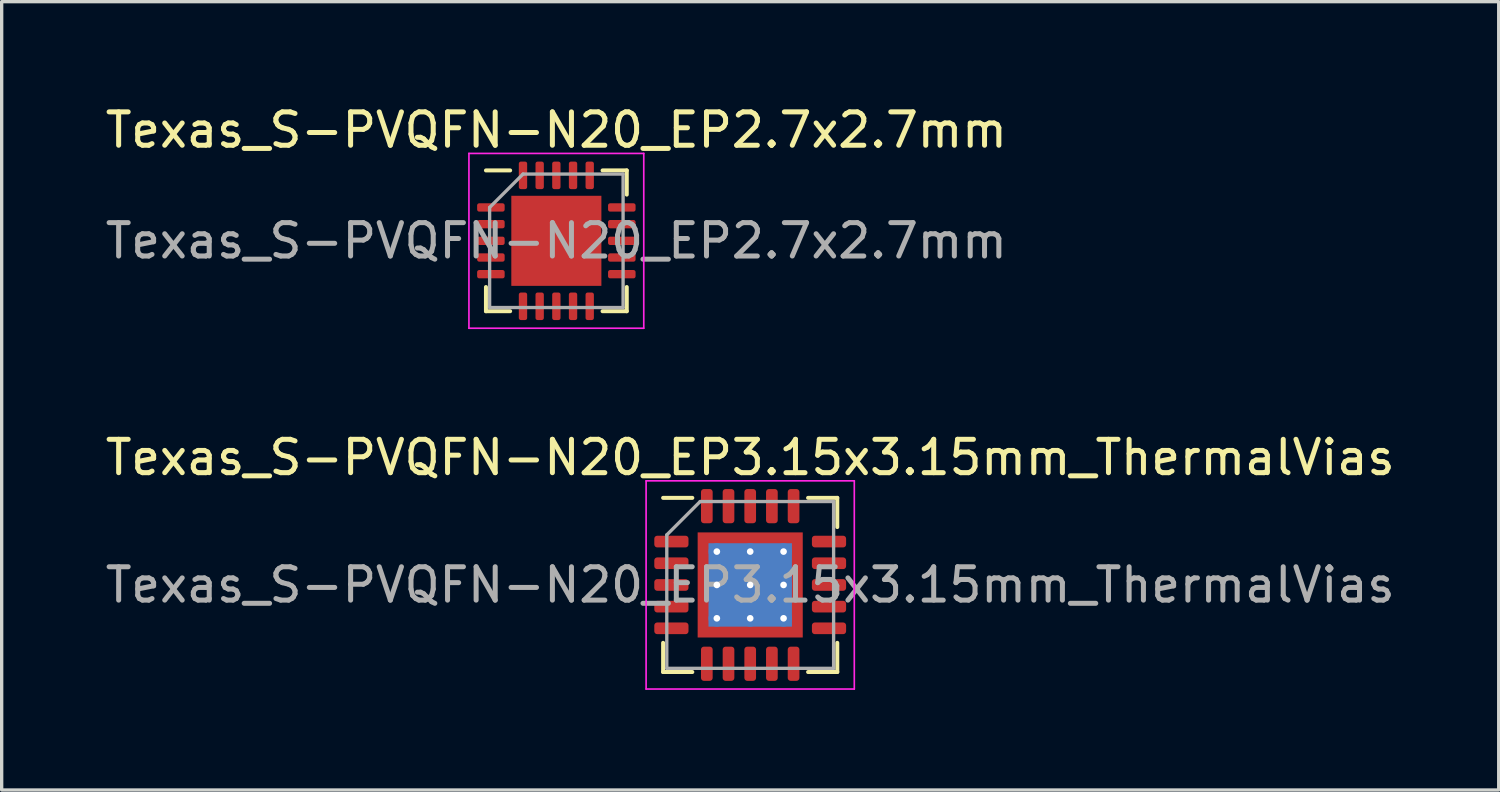
<source format=kicad_pcb>
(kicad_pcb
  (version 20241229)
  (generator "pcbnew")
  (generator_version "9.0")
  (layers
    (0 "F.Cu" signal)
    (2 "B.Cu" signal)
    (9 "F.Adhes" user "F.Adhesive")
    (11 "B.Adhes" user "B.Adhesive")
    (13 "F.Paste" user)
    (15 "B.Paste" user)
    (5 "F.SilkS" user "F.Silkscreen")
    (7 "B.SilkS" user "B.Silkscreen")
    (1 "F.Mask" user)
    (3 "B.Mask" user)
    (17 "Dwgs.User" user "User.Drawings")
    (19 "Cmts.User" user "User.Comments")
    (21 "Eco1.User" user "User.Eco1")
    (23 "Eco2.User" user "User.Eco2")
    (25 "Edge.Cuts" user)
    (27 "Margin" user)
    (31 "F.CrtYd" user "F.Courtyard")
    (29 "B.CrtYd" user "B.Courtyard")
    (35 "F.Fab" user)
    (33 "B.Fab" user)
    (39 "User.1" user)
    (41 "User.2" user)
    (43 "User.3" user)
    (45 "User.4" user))
  (footprint "Texas_S-PVQFN-N20_EP3.15x3.15mm_ThermalVias"
    (layer "F.Cu")
    (at 19.435 14.482)
    (property "Reference" "Texas_S-PVQFN-N20_EP3.15x3.15mm_ThermalVias" (at 0 -3.82 0) (layer "F.SilkS") (effects (font (size 1 1) (thickness 0.15))))
    (attr smd)
    (fp_line (start -2.61 2.61) (end -2.61 1.735) (stroke (width 0.12) (type solid)) (layer "F.SilkS"))
    (fp_line (start -1.735 -2.61) (end -2.61 -2.61) (stroke (width 0.12) (type solid)) (layer "F.SilkS"))
    (fp_line (start -1.735 2.61) (end -2.61 2.61) (stroke (width 0.12) (type solid)) (layer "F.SilkS"))
    (fp_line (start 1.735 -2.61) (end 2.61 -2.61) (stroke (width 0.12) (type solid)) (layer "F.SilkS"))
    (fp_line (start 1.735 2.61) (end 2.61 2.61) (stroke (width 0.12) (type solid)) (layer "F.SilkS"))
    (fp_line (start 2.61 -2.61) (end 2.61 -1.735) (stroke (width 0.12) (type solid)) (layer "F.SilkS"))
    (fp_line (start 2.61 2.61) (end 2.61 1.735) (stroke (width 0.12) (type solid)) (layer "F.SilkS"))
    (fp_line (start -3.12 -3.12) (end -3.12 3.12) (stroke (width 0.05) (type solid)) (layer "F.CrtYd"))
    (fp_line (start -3.12 3.12) (end 3.12 3.12) (stroke (width 0.05) (type solid)) (layer "F.CrtYd"))
    (fp_line (start 3.12 -3.12) (end -3.12 -3.12) (stroke (width 0.05) (type solid)) (layer "F.CrtYd"))
    (fp_line (start 3.12 3.12) (end 3.12 -3.12) (stroke (width 0.05) (type solid)) (layer "F.CrtYd"))
    (fp_line (start -2.5 -1.5) (end -1.5 -2.5) (stroke (width 0.1) (type solid)) (layer "F.Fab"))
    (fp_line (start -2.5 2.5) (end -2.5 -1.5) (stroke (width 0.1) (type solid)) (layer "F.Fab"))
    (fp_line (start -1.5 -2.5) (end 2.5 -2.5) (stroke (width 0.1) (type solid)) (layer "F.Fab"))
    (fp_line (start 2.5 -2.5) (end 2.5 2.5) (stroke (width 0.1) (type solid)) (layer "F.Fab"))
    (fp_line (start 2.5 2.5) (end -2.5 2.5) (stroke (width 0.1) (type solid)) (layer "F.Fab"))
    (fp_text user "${REFERENCE}" (at 0 0 0) (layer "F.Fab") (effects (font (size 1 1) (thickness 0.15))))
    (pad "" smd custom (at -1.288 -1.288) (size 0.342 0.342) (layers "F.Paste") (options (anchor circle)) (primitives (gr_poly (pts (xy -0.116 -0.116) (xy 0.116 -0.116) (xy 0.116 0.012) (xy 0.012 0.116) (xy -0.116 0.116)) (width 0.232) (fill yes))))
    (pad "" smd custom (at -1.288 -0.5) (size 0.371 0.371) (layers "F.Paste") (options (anchor circle)) (primitives (gr_poly (pts (xy -0.14 -0.311) (xy 0.063 -0.311) (xy 0.14 -0.235) (xy 0.14 0.235) (xy 0.063 0.311) (xy -0.14 0.311)) (width 0.184) (fill yes))))
    (pad "" smd custom (at -1.288 0.5) (size 0.371 0.371) (layers "F.Paste") (options (anchor circle)) (primitives (gr_poly (pts (xy -0.14 -0.311) (xy 0.063 -0.311) (xy 0.14 -0.235) (xy 0.14 0.235) (xy 0.063 0.311) (xy -0.14 0.311)) (width 0.184) (fill yes))))
    (pad "" smd custom (at -1.288 1.288) (size 0.342 0.342) (layers "F.Paste") (options (anchor circle)) (primitives (gr_poly (pts (xy -0.116 -0.116) (xy 0.012 -0.116) (xy 0.116 -0.012) (xy 0.116 0.116) (xy -0.116 0.116)) (width 0.232) (fill yes))))
    (pad "" smd custom (at -0.5 -1.288) (size 0.371 0.371) (layers "F.Paste") (options (anchor circle)) (primitives (gr_poly (pts (xy -0.311 -0.14) (xy 0.311 -0.14) (xy 0.311 0.063) (xy 0.235 0.14) (xy -0.235 0.14) (xy -0.311 0.063)) (width 0.184) (fill yes))))
    (pad "" smd roundrect (at -0.5 -0.5) (size 0.806 0.806) (layers "F.Paste") (roundrect_rratio 0.25))
    (pad "" smd roundrect (at -0.5 0.5) (size 0.806 0.806) (layers "F.Paste") (roundrect_rratio 0.25))
    (pad "" smd custom (at -0.5 1.288) (size 0.371 0.371) (layers "F.Paste") (options (anchor circle)) (primitives (gr_poly (pts (xy -0.311 -0.063) (xy -0.235 -0.14) (xy 0.235 -0.14) (xy 0.311 -0.063) (xy 0.311 0.14) (xy -0.311 0.14)) (width 0.184) (fill yes))))
    (pad "" smd custom (at 0.5 -1.288) (size 0.371 0.371) (layers "F.Paste") (options (anchor circle)) (primitives (gr_poly (pts (xy -0.311 -0.14) (xy 0.311 -0.14) (xy 0.311 0.063) (xy 0.235 0.14) (xy -0.235 0.14) (xy -0.311 0.063)) (width 0.184) (fill yes))))
    (pad "" smd roundrect (at 0.5 -0.5) (size 0.806 0.806) (layers "F.Paste") (roundrect_rratio 0.25))
    (pad "" smd roundrect (at 0.5 0.5) (size 0.806 0.806) (layers "F.Paste") (roundrect_rratio 0.25))
    (pad "" smd custom (at 0.5 1.288) (size 0.371 0.371) (layers "F.Paste") (options (anchor circle)) (primitives (gr_poly (pts (xy -0.311 -0.063) (xy -0.235 -0.14) (xy 0.235 -0.14) (xy 0.311 -0.063) (xy 0.311 0.14) (xy -0.311 0.14)) (width 0.184) (fill yes))))
    (pad "" smd custom (at 1.288 -1.288) (size 0.342 0.342) (layers "F.Paste") (options (anchor circle)) (primitives (gr_poly (pts (xy -0.116 -0.116) (xy 0.116 -0.116) (xy 0.116 0.116) (xy -0.012 0.116) (xy -0.116 0.012)) (width 0.232) (fill yes))))
    (pad "" smd custom (at 1.288 -0.5) (size 0.371 0.371) (layers "F.Paste") (options (anchor circle)) (primitives (gr_poly (pts (xy -0.14 -0.235) (xy -0.063 -0.311) (xy 0.14 -0.311) (xy 0.14 0.311) (xy -0.063 0.311) (xy -0.14 0.235)) (width 0.184) (fill yes))))
    (pad "" smd custom (at 1.288 0.5) (size 0.371 0.371) (layers "F.Paste") (options (anchor circle)) (primitives (gr_poly (pts (xy -0.14 -0.235) (xy -0.063 -0.311) (xy 0.14 -0.311) (xy 0.14 0.311) (xy -0.063 0.311) (xy -0.14 0.235)) (width 0.184) (fill yes))))
    (pad "" smd custom (at 1.288 1.288) (size 0.342 0.342) (layers "F.Paste") (options (anchor circle)) (primitives (gr_poly (pts (xy -0.116 -0.012) (xy -0.012 -0.116) (xy 0.116 -0.116) (xy 0.116 0.116) (xy -0.116 0.116)) (width 0.232) (fill yes))))
    (pad "1" smd roundrect (at -2.362 -1.3) (size 1.025 0.35) (layers "F.Cu" "F.Mask" "F.Paste") (roundrect_rratio 0.25))
    (pad "2" smd roundrect (at -2.362 -0.65) (size 1.025 0.35) (layers "F.Cu" "F.Mask" "F.Paste") (roundrect_rratio 0.25))
    (pad "3" smd roundrect (at -2.362 0) (size 1.025 0.35) (layers "F.Cu" "F.Mask" "F.Paste") (roundrect_rratio 0.25))
    (pad "4" smd roundrect (at -2.362 0.65) (size 1.025 0.35) (layers "F.Cu" "F.Mask" "F.Paste") (roundrect_rratio 0.25))
    (pad "5" smd roundrect (at -2.362 1.3) (size 1.025 0.35) (layers "F.Cu" "F.Mask" "F.Paste") (roundrect_rratio 0.25))
    (pad "6" smd roundrect (at -1.3 2.362) (size 0.35 1.025) (layers "F.Cu" "F.Mask" "F.Paste") (roundrect_rratio 0.25))
    (pad "7" smd roundrect (at -0.65 2.362) (size 0.35 1.025) (layers "F.Cu" "F.Mask" "F.Paste") (roundrect_rratio 0.25))
    (pad "8" smd roundrect (at 0 2.362) (size 0.35 1.025) (layers "F.Cu" "F.Mask" "F.Paste") (roundrect_rratio 0.25))
    (pad "9" smd roundrect (at 0.65 2.362) (size 0.35 1.025) (layers "F.Cu" "F.Mask" "F.Paste") (roundrect_rratio 0.25))
    (pad "10" smd roundrect (at 1.3 2.362) (size 0.35 1.025) (layers "F.Cu" "F.Mask" "F.Paste") (roundrect_rratio 0.25))
    (pad "11" smd roundrect (at 2.362 1.3) (size 1.025 0.35) (layers "F.Cu" "F.Mask" "F.Paste") (roundrect_rratio 0.25))
    (pad "12" smd roundrect (at 2.362 0.65) (size 1.025 0.35) (layers "F.Cu" "F.Mask" "F.Paste") (roundrect_rratio 0.25))
    (pad "13" smd roundrect (at 2.362 0) (size 1.025 0.35) (layers "F.Cu" "F.Mask" "F.Paste") (roundrect_rratio 0.25))
    (pad "14" smd roundrect (at 2.362 -0.65) (size 1.025 0.35) (layers "F.Cu" "F.Mask" "F.Paste") (roundrect_rratio 0.25))
    (pad "15" smd roundrect (at 2.362 -1.3) (size 1.025 0.35) (layers "F.Cu" "F.Mask" "F.Paste") (roundrect_rratio 0.25))
    (pad "16" smd roundrect (at 1.3 -2.362) (size 0.35 1.025) (layers "F.Cu" "F.Mask" "F.Paste") (roundrect_rratio 0.25))
    (pad "17" smd roundrect (at 0.65 -2.362) (size 0.35 1.025) (layers "F.Cu" "F.Mask" "F.Paste") (roundrect_rratio 0.25))
    (pad "18" smd roundrect (at 0 -2.362) (size 0.35 1.025) (layers "F.Cu" "F.Mask" "F.Paste") (roundrect_rratio 0.25))
    (pad "19" smd roundrect (at -0.65 -2.362) (size 0.35 1.025) (layers "F.Cu" "F.Mask" "F.Paste") (roundrect_rratio 0.25))
    (pad "20" smd roundrect (at -1.3 -2.362) (size 0.35 1.025) (layers "F.Cu" "F.Mask" "F.Paste") (roundrect_rratio 0.25))
    (pad "21" thru_hole circle (at -1 -1) (size 0.5 0.5) (drill 0.2) (layers "*.Cu"))
    (pad "21" thru_hole circle (at -1 0) (size 0.5 0.5) (drill 0.2) (layers "*.Cu"))
    (pad "21" thru_hole circle (at -1 1) (size 0.5 0.5) (drill 0.2) (layers "*.Cu"))
    (pad "21" thru_hole circle (at 0 -1) (size 0.5 0.5) (drill 0.2) (layers "*.Cu"))
    (pad "21" thru_hole circle (at 0 0) (size 0.5 0.5) (drill 0.2) (layers "*.Cu"))
    (pad "21" smd rect (at 0 0) (size 2.5 2.5) (layers "B.Cu"))
    (pad "21" smd rect (at 0 0) (size 3.15 3.15) (layers "F.Cu" "F.Mask"))
    (pad "21" thru_hole circle (at 0 1) (size 0.5 0.5) (drill 0.2) (layers "*.Cu"))
    (pad "21" thru_hole circle (at 1 -1) (size 0.5 0.5) (drill 0.2) (layers "*.Cu"))
    (pad "21" thru_hole circle (at 1 0) (size 0.5 0.5) (drill 0.2) (layers "*.Cu"))
    (pad "21" thru_hole circle (at 1 1) (size 0.5 0.5) (drill 0.2) (layers "*.Cu")))
  (footprint "Texas_S-PVQFN-N20_EP2.7x2.7mm"
    (layer "F.Cu")
    (at 13.625 4.168)
    (property "Reference" "Texas_S-PVQFN-N20_EP2.7x2.7mm" (at 0 -3.32 0) (layer "F.SilkS") (effects (font (size 1 1) (thickness 0.15))))
    (attr smd)
    (fp_line (start -2.11 2.11) (end -2.11 1.385) (stroke (width 0.12) (type solid)) (layer "F.SilkS"))
    (fp_line (start -1.385 -2.11) (end -2.11 -2.11) (stroke (width 0.12) (type solid)) (layer "F.SilkS"))
    (fp_line (start -1.385 2.11) (end -2.11 2.11) (stroke (width 0.12) (type solid)) (layer "F.SilkS"))
    (fp_line (start 1.385 -2.11) (end 2.11 -2.11) (stroke (width 0.12) (type solid)) (layer "F.SilkS"))
    (fp_line (start 1.385 2.11) (end 2.11 2.11) (stroke (width 0.12) (type solid)) (layer "F.SilkS"))
    (fp_line (start 2.11 -2.11) (end 2.11 -1.385) (stroke (width 0.12) (type solid)) (layer "F.SilkS"))
    (fp_line (start 2.11 2.11) (end 2.11 1.385) (stroke (width 0.12) (type solid)) (layer "F.SilkS"))
    (fp_line (start -2.62 -2.62) (end -2.62 2.62) (stroke (width 0.05) (type solid)) (layer "F.CrtYd"))
    (fp_line (start -2.62 2.62) (end 2.62 2.62) (stroke (width 0.05) (type solid)) (layer "F.CrtYd"))
    (fp_line (start 2.62 -2.62) (end -2.62 -2.62) (stroke (width 0.05) (type solid)) (layer "F.CrtYd"))
    (fp_line (start 2.62 2.62) (end 2.62 -2.62) (stroke (width 0.05) (type solid)) (layer "F.CrtYd"))
    (fp_line (start -2 -1) (end -1 -2) (stroke (width 0.1) (type solid)) (layer "F.Fab"))
    (fp_line (start -2 2) (end -2 -1) (stroke (width 0.1) (type solid)) (layer "F.Fab"))
    (fp_line (start -1 -2) (end 2 -2) (stroke (width 0.1) (type solid)) (layer "F.Fab"))
    (fp_line (start 2 -2) (end 2 2) (stroke (width 0.1) (type solid)) (layer "F.Fab"))
    (fp_line (start 2 2) (end -2 2) (stroke (width 0.1) (type solid)) (layer "F.Fab"))
    (fp_text user "${REFERENCE}" (at 0 0 0) (layer "F.Fab") (effects (font (size 1 1) (thickness 0.15))))
    (pad "" smd roundrect (at -0.675 -0.675) (size 1.09 1.09) (layers "F.Paste") (roundrect_rratio 0.229))
    (pad "" smd roundrect (at -0.675 0.675) (size 1.09 1.09) (layers "F.Paste") (roundrect_rratio 0.229))
    (pad "" smd roundrect (at 0.675 -0.675) (size 1.09 1.09) (layers "F.Paste") (roundrect_rratio 0.229))
    (pad "" smd roundrect (at 0.675 0.675) (size 1.09 1.09) (layers "F.Paste") (roundrect_rratio 0.229))
    (pad "1" smd roundrect (at -1.962 -1) (size 0.825 0.25) (layers "F.Cu" "F.Mask" "F.Paste") (roundrect_rratio 0.25))
    (pad "2" smd roundrect (at -1.962 -0.5) (size 0.825 0.25) (layers "F.Cu" "F.Mask" "F.Paste") (roundrect_rratio 0.25))
    (pad "3" smd roundrect (at -1.962 0) (size 0.825 0.25) (layers "F.Cu" "F.Mask" "F.Paste") (roundrect_rratio 0.25))
    (pad "4" smd roundrect (at -1.962 0.5) (size 0.825 0.25) (layers "F.Cu" "F.Mask" "F.Paste") (roundrect_rratio 0.25))
    (pad "5" smd roundrect (at -1.962 1) (size 0.825 0.25) (layers "F.Cu" "F.Mask" "F.Paste") (roundrect_rratio 0.25))
    (pad "6" smd roundrect (at -1 1.962) (size 0.25 0.825) (layers "F.Cu" "F.Mask" "F.Paste") (roundrect_rratio 0.25))
    (pad "7" smd roundrect (at -0.5 1.962) (size 0.25 0.825) (layers "F.Cu" "F.Mask" "F.Paste") (roundrect_rratio 0.25))
    (pad "8" smd roundrect (at 0 1.962) (size 0.25 0.825) (layers "F.Cu" "F.Mask" "F.Paste") (roundrect_rratio 0.25))
    (pad "9" smd roundrect (at 0.5 1.962) (size 0.25 0.825) (layers "F.Cu" "F.Mask" "F.Paste") (roundrect_rratio 0.25))
    (pad "10" smd roundrect (at 1 1.962) (size 0.25 0.825) (layers "F.Cu" "F.Mask" "F.Paste") (roundrect_rratio 0.25))
    (pad "11" smd roundrect (at 1.962 1) (size 0.825 0.25) (layers "F.Cu" "F.Mask" "F.Paste") (roundrect_rratio 0.25))
    (pad "12" smd roundrect (at 1.962 0.5) (size 0.825 0.25) (layers "F.Cu" "F.Mask" "F.Paste") (roundrect_rratio 0.25))
    (pad "13" smd roundrect (at 1.962 0) (size 0.825 0.25) (layers "F.Cu" "F.Mask" "F.Paste") (roundrect_rratio 0.25))
    (pad "14" smd roundrect (at 1.962 -0.5) (size 0.825 0.25) (layers "F.Cu" "F.Mask" "F.Paste") (roundrect_rratio 0.25))
    (pad "15" smd roundrect (at 1.962 -1) (size 0.825 0.25) (layers "F.Cu" "F.Mask" "F.Paste") (roundrect_rratio 0.25))
    (pad "16" smd roundrect (at 1 -1.962) (size 0.25 0.825) (layers "F.Cu" "F.Mask" "F.Paste") (roundrect_rratio 0.25))
    (pad "17" smd roundrect (at 0.5 -1.962) (size 0.25 0.825) (layers "F.Cu" "F.Mask" "F.Paste") (roundrect_rratio 0.25))
    (pad "18" smd roundrect (at 0 -1.962) (size 0.25 0.825) (layers "F.Cu" "F.Mask" "F.Paste") (roundrect_rratio 0.25))
    (pad "19" smd roundrect (at -0.5 -1.962) (size 0.25 0.825) (layers "F.Cu" "F.Mask" "F.Paste") (roundrect_rratio 0.25))
    (pad "20" smd roundrect (at -1 -1.962) (size 0.25 0.825) (layers "F.Cu" "F.Mask" "F.Paste") (roundrect_rratio 0.25))
    (pad "21" smd rect (at 0 0) (size 2.7 2.7) (layers "F.Cu" "F.Mask")))
  (gr_rect
    (start -3 -3)
    (end 41.869 20.627)
    (stroke (width 0.1) (type default))
    (fill no)
    (layer "Edge.Cuts")))
</source>
